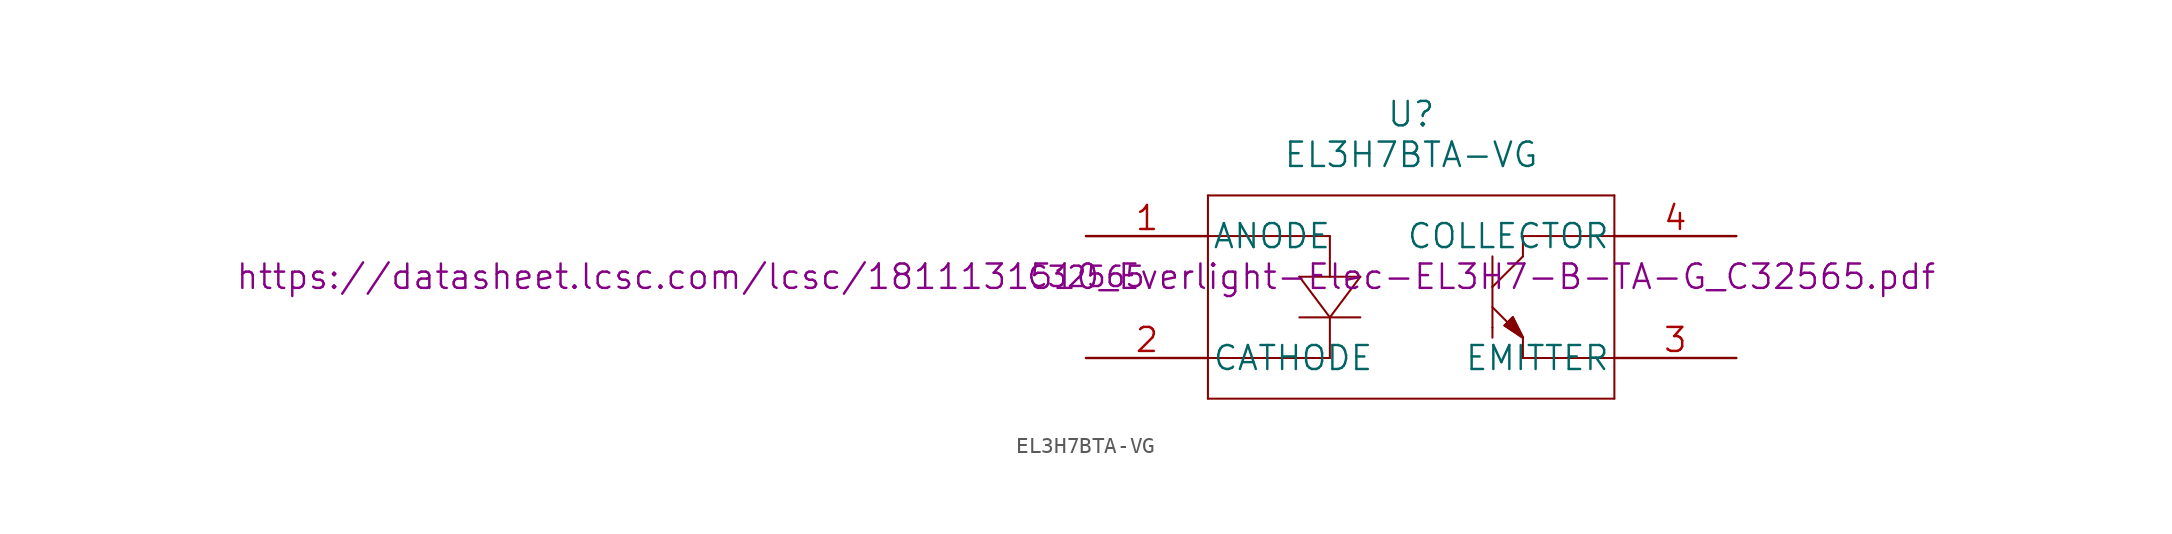
<source format=kicad_sym>
(kicad_symbol_lib
  (version 20211014)
  (generator kicad_symbol_editor)
  (symbol "EL3H7BTA-VG"
    (pin_names
      (offset 0.254))
    (property "Reference" "U"
      (at 20.32 10.16 0)
      (effects (font (size 1.524 1.524))))
    (property "Value" "EL3H7BTA-VG"
      (at 20.32 7.62 0)
      (effects (font (size 1.524 1.524))))
    (property "Datasheet" "https://datasheet.lcsc.com/lcsc/1811131510_Everlight-Elec-EL3H7-B-TA-G_C32565.pdf"
      (at 0 0 0)
      (effects (font (size 1.524 1.524))))
    (property "LCSC" "C32565"
      (at 0 0 0)
      (effects (font (size 1.27 1.27))))
    (symbol "EL3H7BTA-VG_1_1"
      (polyline (pts (xy 7.62 -7.62) (xy 33.02 -7.62)) (stroke (width 0.127) (type default) (color 0 0 0 0)) (fill (type none)))
      (polyline (pts (xy 7.62 -5.08) (xy 15.24 -5.08)) (stroke (width 0.127) (type default) (color 0 0 0 0)) (fill (type none)))
      (polyline (pts (xy 7.62 2.54) (xy 15.24 2.54)) (stroke (width 0.127) (type default) (color 0 0 0 0)) (fill (type none)))
      (polyline (pts (xy 7.62 5.08) (xy 7.62 -7.62)) (stroke (width 0.127) (type default) (color 0 0 0 0)) (fill (type none)))
      (polyline (pts (xy 13.335 -2.54) (xy 17.145 -2.54)) (stroke (width 0.127) (type default) (color 0 0 0 0)) (fill (type none)))
      (polyline (pts (xy 13.335 0) (xy 17.145 0)) (stroke (width 0.127) (type default) (color 0 0 0 0)) (fill (type none)))
      (polyline (pts (xy 15.24 -5.08) (xy 15.24 -2.54)) (stroke (width 0.127) (type default) (color 0 0 0 0)) (fill (type none)))
      (polyline (pts (xy 15.24 -2.54) (xy 13.335 0)) (stroke (width 0.127) (type default) (color 0 0 0 0)) (fill (type none)))
      (polyline (pts (xy 15.24 -2.54) (xy 17.145 0)) (stroke (width 0.127) (type default) (color 0 0 0 0)) (fill (type none)))
      (polyline (pts (xy 15.24 2.54) (xy 15.24 0)) (stroke (width 0.127) (type default) (color 0 0 0 0)) (fill (type none)))
      (polyline (pts (xy 25.4 -3.175) (xy 25.4 -3.81)) (stroke (width 0.127) (type default) (color 0 0 0 0)) (fill (type none)))
      (polyline (pts (xy 25.4 -1.905) (xy 27.305 -3.81)) (stroke (width 0.127) (type default) (color 0 0 0 0)) (fill (type none)))
      (polyline (pts (xy 25.4 -0.635) (xy 25.4 -3.175)) (stroke (width 0.127) (type default) (color 0 0 0 0)) (fill (type none)))
      (polyline (pts (xy 25.4 -0.635) (xy 25.4 1.27)) (stroke (width 0.127) (type default) (color 0 0 0 0)) (fill (type none)))
      (polyline (pts (xy 26.162 -3.048) (xy 27.305 -3.81)) (stroke (width 0.127) (type default) (color 0 0 0 0)) (fill (type none)))
      (polyline (pts (xy 26.67 -2.54) (xy 26.162 -3.048)) (stroke (width 0.127) (type default) (color 0 0 0 0)) (fill (type none)))
      (polyline (pts (xy 27.305 -5.08) (xy 27.305 -3.81)) (stroke (width 0.127) (type default) (color 0 0 0 0)) (fill (type none)))
      (polyline (pts (xy 27.305 -3.81) (xy 26.67 -2.54)) (stroke (width 0.127) (type default) (color 0 0 0 0)) (fill (type none)))
      (polyline (pts (xy 27.305 1.27) (xy 25.4 -0.635)) (stroke (width 0.127) (type default) (color 0 0 0 0)) (fill (type none)))
      (polyline (pts (xy 27.305 2.54) (xy 27.305 1.27)) (stroke (width 0.127) (type default) (color 0 0 0 0)) (fill (type none)))
      (polyline (pts (xy 33.02 -7.62) (xy 33.02 5.08)) (stroke (width 0.127) (type default) (color 0 0 0 0)) (fill (type none)))
      (polyline (pts (xy 33.02 -5.08) (xy 27.305 -5.08)) (stroke (width 0.127) (type default) (color 0 0 0 0)) (fill (type none)))
      (polyline (pts (xy 33.02 2.54) (xy 27.305 2.54)) (stroke (width 0.127) (type default) (color 0 0 0 0)) (fill (type none)))
      (polyline (pts (xy 33.02 5.08) (xy 7.62 5.08)) (stroke (width 0.127) (type default) (color 0 0 0 0)) (fill (type none)))
      (polyline (pts (xy 26.162 -3.048) (xy 26.67 -2.54) (xy 27.305 -3.81) (xy 26.162 -3.048)) (stroke (width 0) (type default) (color 0 0 0 0)) (fill (type outline)))
      (pin unspecified line (at 0 2.54 0) (length 7.62) (name "ANODE" (effects (font (size 1.499 1.499)))) (number "1" (effects (font (size 1.499 1.499)))))
      (pin unspecified line (at 0 -5.08 0) (length 7.62) (name "CATHODE" (effects (font (size 1.499 1.499)))) (number "2" (effects (font (size 1.499 1.499)))))
      (pin unspecified line (at 40.64 -5.08 180) (length 7.62) (name "EMITTER" (effects (font (size 1.499 1.499)))) (number "3" (effects (font (size 1.499 1.499)))))
      (pin unspecified line (at 40.64 2.54 180) (length 7.62) (name "COLLECTOR" (effects (font (size 1.499 1.499)))) (number "4" (effects (font (size 1.499 1.499))))))))
</source>
